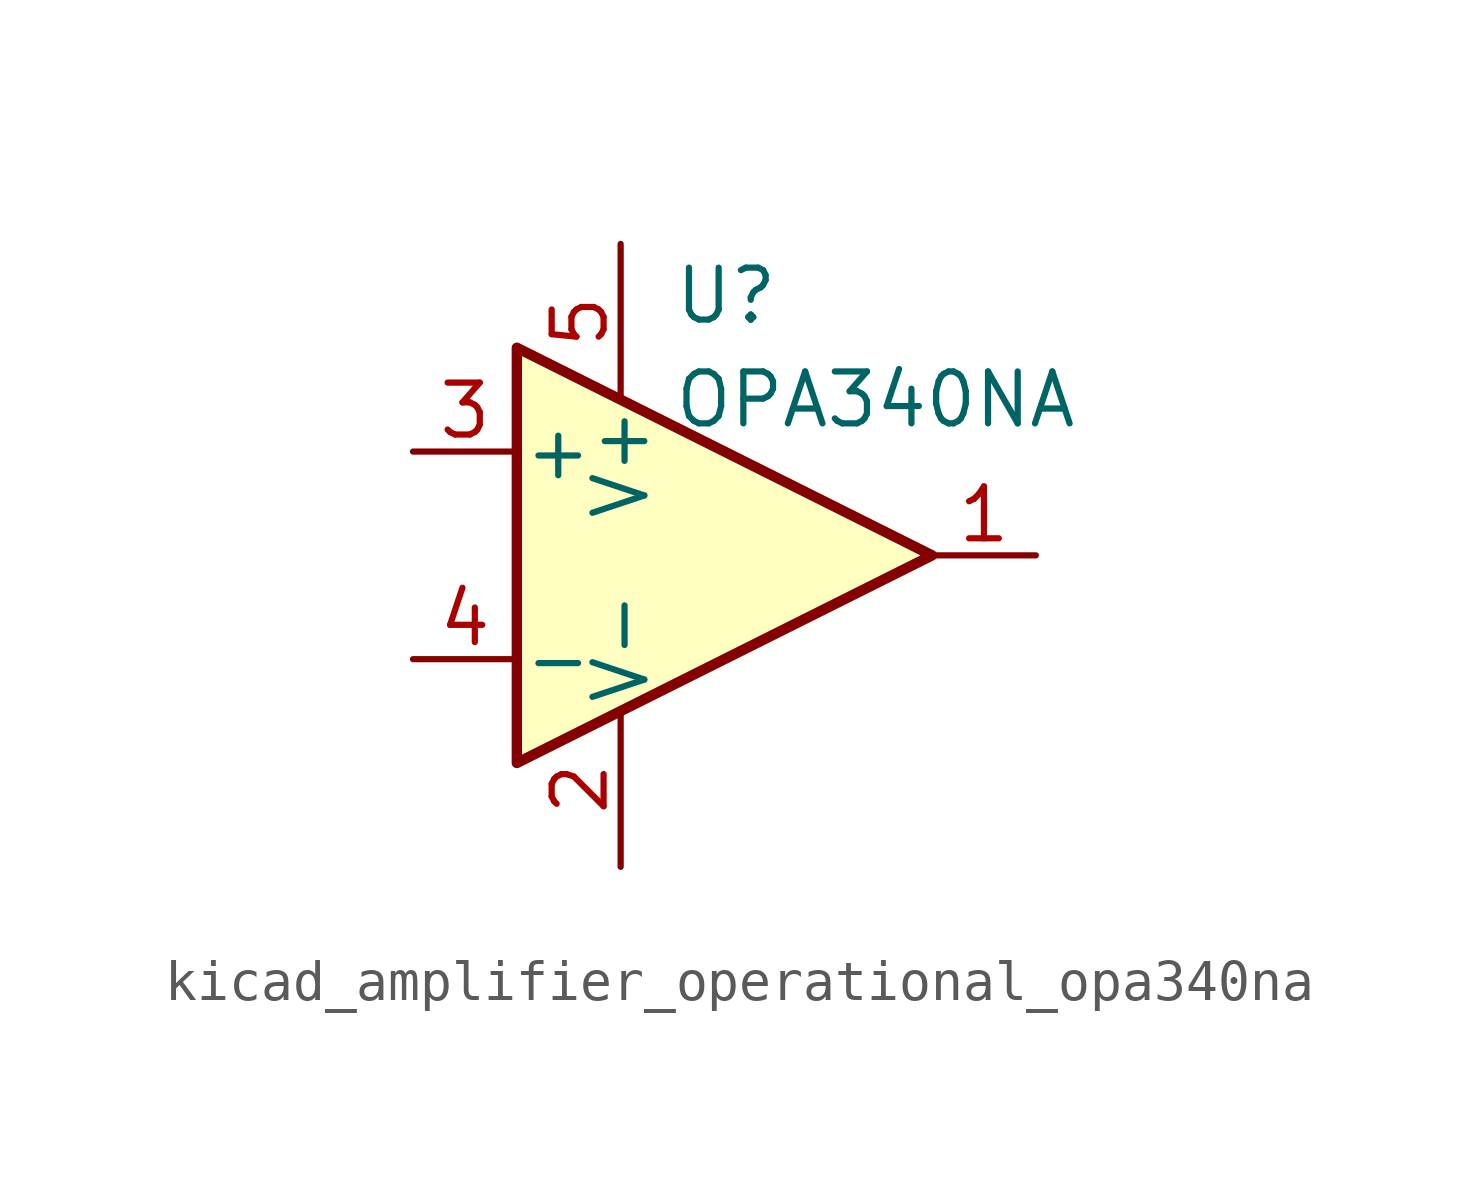
<source format=kicad_sym>
(kicad_symbol_lib
  (version 20220914)
  (generator kicad_symbol_editor)
  (symbol "kicad_amplifier_operational_opa340na"
    (pin_names
      (offset 0.127))
    (property "Reference" "U"
      (at -1.27 6.35 0)
      (effects (font (size 1.27 1.27)) (justify left)))
    (property "Value" "OPA340NA"
      (at -1.27 3.81 0)
      (effects (font (size 1.27 1.27)) (justify left)))
    (symbol "kicad_amplifier_operational_opa340na_0_1"
      (polyline (pts (xy -5.08 5.08) (xy 5.08 0) (xy -5.08 -5.08) (xy -5.08 5.08)) (stroke (width 0.254) (type default)) (fill (type background)))
      (pin power_in line (at -2.54 -7.62 90) (length 3.81) (name "V-" (effects (font (size 1.27 1.27)))) (number "2" (effects (font (size 1.27 1.27)))))
      (pin power_in line (at -2.54 7.62 270) (length 3.81) (name "V+" (effects (font (size 1.27 1.27)))) (number "5" (effects (font (size 1.27 1.27))))))
    (symbol "kicad_amplifier_operational_opa340na_1_1"
      (pin output line (at 7.62 0 180) (length 2.54) (name "~" (effects (font (size 1.27 1.27)))) (number "1" (effects (font (size 1.27 1.27)))))
      (pin input line (at -7.62 2.54 0) (length 2.54) (name "+" (effects (font (size 1.27 1.27)))) (number "3" (effects (font (size 1.27 1.27)))))
      (pin input line (at -7.62 -2.54 0) (length 2.54) (name "-" (effects (font (size 1.27 1.27)))) (number "4" (effects (font (size 1.27 1.27))))))))
</source>
